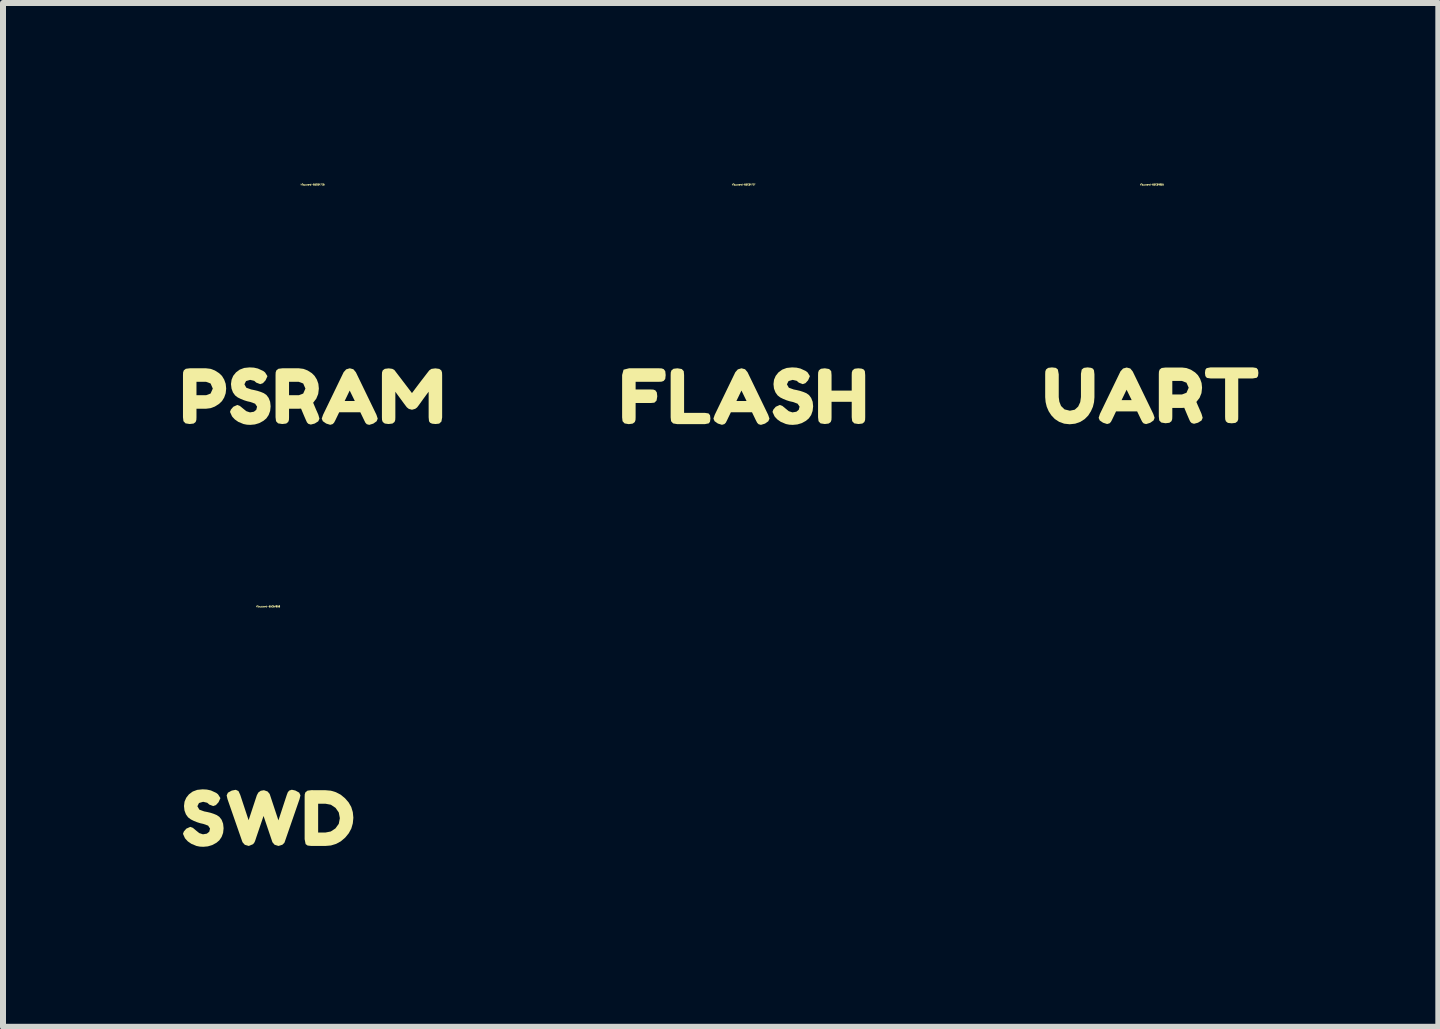
<source format=kicad_pcb>
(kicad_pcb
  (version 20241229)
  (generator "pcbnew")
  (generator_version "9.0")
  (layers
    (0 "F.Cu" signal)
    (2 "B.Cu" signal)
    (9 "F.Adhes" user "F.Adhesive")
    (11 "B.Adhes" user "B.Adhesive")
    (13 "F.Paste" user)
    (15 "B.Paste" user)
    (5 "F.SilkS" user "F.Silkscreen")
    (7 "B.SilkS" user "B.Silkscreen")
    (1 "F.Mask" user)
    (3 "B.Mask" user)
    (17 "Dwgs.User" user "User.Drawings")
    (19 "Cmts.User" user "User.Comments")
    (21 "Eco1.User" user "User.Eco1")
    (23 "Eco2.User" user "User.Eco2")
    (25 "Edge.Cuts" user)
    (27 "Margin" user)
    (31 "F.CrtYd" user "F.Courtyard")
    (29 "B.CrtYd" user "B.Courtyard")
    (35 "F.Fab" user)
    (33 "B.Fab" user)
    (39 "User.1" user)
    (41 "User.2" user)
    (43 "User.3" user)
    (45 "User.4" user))
  (footprint "kibuzzard-65C6A7EF"
    (layer "F.Cu")
    (at 9.346 3.553)
    (property "Reference" "kibuzzard-65C6A7EF" (at 0 -3.527 0) (layer "F.SilkS") (effects (font (size 0.025 0.025) (thickness 0.15))))
    (attr board_only exclude_from_pos_files exclude_from_bom)
    (fp_poly (pts (xy -0.993 0.279) (xy -0.647 0.279) (xy -0.586 0.288) (xy -0.561 0.318) (xy -0.554 0.372) (xy -0.561 0.426) (xy -0.582 0.454) (xy -0.648 0.467) (xy -1.106 0.467) (xy -1.176 0.455) (xy -1.21 0.418) (xy -1.217 0.354) (xy -1.217 -0.352) (xy -1.215 -0.396) (xy -1.203 -0.43) (xy -1.17 -0.456) (xy -1.104 -0.464) (xy -1.033 -0.452) (xy -0.999 -0.417) (xy -0.993 -0.351) (xy -0.993 0.279)) (stroke (width 0) (type solid)) (fill yes) (layer "F.SilkS"))
    (fp_poly (pts (xy 0.065 -0.398) (xy 0.408 0.311) (xy 0.43 0.375) (xy 0.411 0.419) (xy 0.356 0.458) (xy 0.288 0.479) (xy 0.248 0.468) (xy 0.225 0.444) (xy 0.205 0.406) (xy 0.139 0.269) (xy -0.121 0.269) (xy -0.121 0.081) (xy 0.048 0.081) (xy -0.037 -0.093) (xy -0.121 0.081) (xy -0.121 0.269) (xy -0.213 0.269) (xy -0.279 0.406) (xy -0.298 0.443) (xy -0.321 0.466) (xy -0.362 0.478) (xy -0.43 0.457) (xy -0.485 0.418) (xy -0.504 0.375) (xy -0.482 0.311) (xy -0.139 -0.399) (xy -0.097 -0.446) (xy -0.036 -0.464) (xy 0.023 -0.448) (xy 0.065 -0.398)) (stroke (width 0) (type solid)) (fill yes) (layer "F.SilkS"))
    (fp_poly (pts (xy -1.41 -0.464) (xy -1.367 -0.462) (xy -1.333 -0.45) (xy -1.307 -0.416) (xy -1.3 -0.351) (xy -1.307 -0.286) (xy -1.334 -0.253) (xy -1.368 -0.241) (xy -1.413 -0.239) (xy -1.801 -0.239) (xy -1.801 -0.111) (xy -1.551 -0.111) (xy -1.506 -0.109) (xy -1.473 -0.097) (xy -1.448 -0.063) (xy -1.44 0.003) (xy -1.452 0.074) (xy -1.488 0.109) (xy -1.553 0.115) (xy -1.801 0.115) (xy -1.801 0.355) (xy -1.803 0.399) (xy -1.815 0.432) (xy -1.849 0.458) (xy -1.915 0.467) (xy -1.985 0.455) (xy -2.019 0.418) (xy -2.026 0.354) (xy -2.026 -0.352) (xy -2.002 -0.441) (xy -1.911 -0.464) (xy -1.41 -0.464)) (stroke (width 0) (type solid)) (fill yes) (layer "F.SilkS"))
    (fp_poly (pts (xy 2.02 -0.417) (xy 2.026 -0.351) (xy 2.026 0.354) (xy 2.024 0.398) (xy 2.012 0.431) (xy 1.979 0.457) (xy 1.913 0.465) (xy 1.843 0.454) (xy 1.809 0.418) (xy 1.801 0.352) (xy 1.801 0.095) (xy 1.465 0.095) (xy 1.465 0.354) (xy 1.463 0.398) (xy 1.451 0.431) (xy 1.417 0.457) (xy 1.352 0.465) (xy 1.281 0.454) (xy 1.248 0.418) (xy 1.24 0.352) (xy 1.24 -0.352) (xy 1.242 -0.396) (xy 1.254 -0.43) (xy 1.288 -0.456) (xy 1.353 -0.464) (xy 1.424 -0.452) (xy 1.459 -0.417) (xy 1.465 -0.351) (xy 1.465 -0.092) (xy 1.801 -0.092) (xy 1.801 -0.352) (xy 1.803 -0.396) (xy 1.815 -0.43) (xy 1.85 -0.457) (xy 1.911 -0.464) (xy 1.969 -0.458) (xy 2.002 -0.443) (xy 2.02 -0.417)) (stroke (width 0) (type solid)) (fill yes) (layer "F.SilkS"))
    (fp_poly (pts (xy 0.514 0.336) (xy 0.481 0.263) (xy 0.494 0.225) (xy 0.535 0.177) (xy 0.603 0.147) (xy 0.645 0.163) (xy 0.702 0.21) (xy 0.752 0.251) (xy 0.813 0.271) (xy 0.879 0.26) (xy 0.918 0.228) (xy 0.932 0.175) (xy 0.899 0.126) (xy 0.819 0.097) (xy 0.768 0.086) (xy 0.714 0.069) (xy 0.66 0.047) (xy 0.61 0.022) (xy 0.566 -0.012) (xy 0.53 -0.062) (xy 0.505 -0.126) (xy 0.497 -0.201) (xy 0.506 -0.273) (xy 0.534 -0.338) (xy 0.58 -0.396) (xy 0.643 -0.442) (xy 0.718 -0.47) (xy 0.807 -0.479) (xy 0.88 -0.475) (xy 0.946 -0.46) (xy 1.033 -0.42) (xy 1.065 -0.396) (xy 1.104 -0.333) (xy 1.074 -0.264) (xy 1.03 -0.216) (xy 0.985 -0.2) (xy 0.919 -0.225) (xy 0.904 -0.238) (xy 0.885 -0.255) (xy 0.817 -0.271) (xy 0.748 -0.251) (xy 0.721 -0.197) (xy 0.753 -0.14) (xy 0.834 -0.111) (xy 0.884 -0.101) (xy 0.939 -0.088) (xy 0.994 -0.07) (xy 1.045 -0.049) (xy 1.089 -0.018) (xy 1.125 0.03) (xy 1.15 0.094) (xy 1.158 0.17) (xy 1.149 0.247) (xy 1.125 0.315) (xy 1.086 0.371) (xy 1.038 0.412) (xy 0.968 0.45) (xy 0.895 0.472) (xy 0.819 0.479) (xy 0.76 0.476) (xy 0.705 0.465) (xy 0.619 0.429) (xy 0.562 0.389) (xy 0.525 0.35) (xy 0.514 0.336)) (stroke (width 0) (type solid)) (fill yes) (layer "F.SilkS")))
  (footprint "kibuzzard-65C6A858"
    (layer "F.Cu")
    (at 1.42 10.586)
    (property "Reference" "kibuzzard-65C6A858" (at 0 -3.527 180) (layer "F.SilkS") (effects (font (size 0.025 0.025) (thickness 0.15))))
    (attr board_only exclude_from_pos_files exclude_from_bom)
    (fp_poly (pts (xy 0.721 -0.465) (xy 0.956 -0.464) (xy 1.046 -0.456) (xy 1.129 -0.431) (xy 1.208 -0.39) (xy 1.28 -0.331) (xy 1.341 -0.261) (xy 1.385 -0.184) (xy 1.411 -0.098) (xy 1.42 -0.005) (xy 1.411 0.088) (xy 1.386 0.175) (xy 1.343 0.254) (xy 1.283 0.327) (xy 1.211 0.388) (xy 1.132 0.431) (xy 1.046 0.457) (xy 0.953 0.465) (xy 0.833 0.465) (xy 0.833 0.241) (xy 0.956 0.241) (xy 1.043 0.224) (xy 1.121 0.173) (xy 1.177 0.096) (xy 1.195 0.002) (xy 1.177 -0.093) (xy 1.123 -0.17) (xy 1.045 -0.222) (xy 0.955 -0.239) (xy 0.833 -0.239) (xy 0.833 0.241) (xy 0.833 0.465) (xy 0.72 0.465) (xy 0.657 0.458) (xy 0.624 0.434) (xy 0.608 0.352) (xy 0.608 -0.354) (xy 0.61 -0.398) (xy 0.622 -0.431) (xy 0.656 -0.457) (xy 0.721 -0.465)) (stroke (width 0) (type solid)) (fill yes) (layer "F.SilkS"))
    (fp_poly (pts (xy 0.453 -0.459) (xy 0.517 -0.424) (xy 0.538 -0.378) (xy 0.523 -0.316) (xy 0.279 0.389) (xy 0.271 0.411) (xy 0.237 0.445) (xy 0.172 0.465) (xy 0.107 0.445) (xy 0.071 0.403) (xy -0.077 -0.035) (xy -0.128 0.115) (xy -0.168 0.233) (xy -0.197 0.318) (xy -0.214 0.37) (xy -0.221 0.389) (xy -0.232 0.411) (xy -0.253 0.436) (xy -0.323 0.465) (xy -0.389 0.446) (xy -0.424 0.408) (xy -0.433 0.389) (xy -0.678 -0.316) (xy -0.692 -0.378) (xy -0.671 -0.423) (xy -0.607 -0.458) (xy -0.54 -0.471) (xy -0.495 -0.45) (xy -0.466 -0.388) (xy -0.326 0.036) (xy -0.188 -0.382) (xy -0.163 -0.427) (xy -0.123 -0.455) (xy -0.07 -0.464) (xy -0.01 -0.443) (xy 0.025 -0.402) (xy 0.171 0.039) (xy 0.311 -0.388) (xy 0.328 -0.431) (xy 0.351 -0.458) (xy 0.394 -0.472) (xy 0.453 -0.459)) (stroke (width 0) (type solid)) (fill yes) (layer "F.SilkS"))
    (fp_poly (pts (xy -1.387 0.336) (xy -1.42 0.263) (xy -1.406 0.225) (xy -1.365 0.177) (xy -1.298 0.147) (xy -1.255 0.163) (xy -1.199 0.21) (xy -1.148 0.251) (xy -1.087 0.271) (xy -1.022 0.26) (xy -0.982 0.228) (xy -0.969 0.175) (xy -1.001 0.126) (xy -1.082 0.097) (xy -1.132 0.086) (xy -1.186 0.069) (xy -1.24 0.047) (xy -1.29 0.022) (xy -1.335 -0.012) (xy -1.371 -0.062) (xy -1.395 -0.126) (xy -1.403 -0.201) (xy -1.394 -0.273) (xy -1.366 -0.338) (xy -1.32 -0.396) (xy -1.258 -0.442) (xy -1.182 -0.47) (xy -1.093 -0.479) (xy -1.021 -0.475) (xy -0.954 -0.46) (xy -0.867 -0.42) (xy -0.836 -0.396) (xy -0.796 -0.333) (xy -0.827 -0.264) (xy -0.871 -0.216) (xy -0.916 -0.2) (xy -0.982 -0.225) (xy -0.996 -0.238) (xy -1.016 -0.255) (xy -1.084 -0.271) (xy -1.153 -0.251) (xy -1.18 -0.197) (xy -1.147 -0.14) (xy -1.067 -0.111) (xy -1.016 -0.101) (xy -0.961 -0.088) (xy -0.906 -0.07) (xy -0.856 -0.049) (xy -0.812 -0.018) (xy -0.775 0.03) (xy -0.751 0.094) (xy -0.743 0.17) (xy -0.751 0.247) (xy -0.776 0.315) (xy -0.814 0.371) (xy -0.862 0.412) (xy -0.932 0.45) (xy -1.006 0.472) (xy -1.082 0.479) (xy -1.14 0.476) (xy -1.195 0.465) (xy -1.281 0.429) (xy -1.339 0.389) (xy -1.375 0.35) (xy -1.387 0.336)) (stroke (width 0) (type solid)) (fill yes) (layer "F.SilkS")))
  (footprint "kibuzzard-65C6A7E6"
    (layer "F.Cu")
    (at 2.16 3.553)
    (property "Reference" "kibuzzard-65C6A7E6" (at 0 -3.527 0) (layer "F.SilkS") (effects (font (size 0.025 0.025) (thickness 0.15))))
    (attr board_only exclude_from_pos_files exclude_from_bom)
    (fp_poly (pts (xy 0.722 -0.398) (xy 1.065 0.311) (xy 1.086 0.375) (xy 1.068 0.419) (xy 1.013 0.458) (xy 0.945 0.479) (xy 0.904 0.468) (xy 0.881 0.444) (xy 0.862 0.406) (xy 0.796 0.269) (xy 0.535 0.269) (xy 0.535 0.081) (xy 0.704 0.081) (xy 0.619 -0.093) (xy 0.535 0.081) (xy 0.535 0.269) (xy 0.444 0.269) (xy 0.378 0.406) (xy 0.358 0.443) (xy 0.335 0.466) (xy 0.295 0.478) (xy 0.227 0.457) (xy 0.171 0.418) (xy 0.153 0.375) (xy 0.175 0.311) (xy 0.518 -0.399) (xy 0.56 -0.446) (xy 0.62 -0.464) (xy 0.68 -0.448) (xy 0.722 -0.398)) (stroke (width 0) (type solid)) (fill yes) (layer "F.SilkS"))
    (fp_poly (pts (xy -1.558 0.129) (xy -1.629 0.174) (xy -1.702 0.201) (xy -1.776 0.21) (xy -1.935 0.21) (xy -1.935 -0.015) (xy -1.775 -0.015) (xy -1.7 -0.043) (xy -1.663 -0.126) (xy -1.7 -0.211) (xy -1.776 -0.239) (xy -1.935 -0.239) (xy -1.935 -0.015) (xy -1.935 0.21) (xy -1.935 0.354) (xy -1.937 0.398) (xy -1.949 0.431) (xy -1.982 0.457) (xy -2.048 0.465) (xy -2.118 0.454) (xy -2.152 0.418) (xy -2.16 0.352) (xy -2.16 -0.352) (xy -2.158 -0.396) (xy -2.146 -0.43) (xy -2.112 -0.456) (xy -2.047 -0.464) (xy -1.775 -0.464) (xy -1.701 -0.455) (xy -1.629 -0.428) (xy -1.558 -0.383) (xy -1.51 -0.337) (xy -1.473 -0.276) (xy -1.448 -0.205) (xy -1.44 -0.126) (xy -1.448 -0.048) (xy -1.473 0.023) (xy -1.51 0.083) (xy -1.558 0.129)) (stroke (width 0) (type solid)) (fill yes) (layer "F.SilkS"))
    (fp_poly (pts (xy 0.096 0.309) (xy 0.115 0.375) (xy 0.095 0.42) (xy 0.036 0.457) (xy -0.029 0.474) (xy -0.07 0.462) (xy -0.093 0.438) (xy -0.11 0.401) (xy -0.143 0.325) (xy -0.192 0.208) (xy -0.232 0.21) (xy -0.392 0.21) (xy -0.392 -0.015) (xy -0.229 -0.015) (xy -0.156 -0.043) (xy -0.119 -0.126) (xy -0.156 -0.211) (xy -0.232 -0.239) (xy -0.392 -0.239) (xy -0.392 -0.015) (xy -0.392 0.21) (xy -0.392 0.354) (xy -0.394 0.398) (xy -0.406 0.431) (xy -0.439 0.457) (xy -0.505 0.465) (xy -0.575 0.454) (xy -0.609 0.418) (xy -0.617 0.352) (xy -0.617 -0.352) (xy -0.615 -0.396) (xy -0.603 -0.43) (xy -0.569 -0.456) (xy -0.504 -0.464) (xy -0.229 -0.464) (xy -0.155 -0.455) (xy -0.083 -0.428) (xy -0.012 -0.383) (xy 0.034 -0.337) (xy 0.072 -0.276) (xy 0.097 -0.205) (xy 0.105 -0.126) (xy 0.094 -0.036) (xy 0.062 0.042) (xy 0.01 0.11) (xy 0.032 0.162) (xy 0.06 0.228) (xy 0.096 0.309)) (stroke (width 0) (type solid)) (fill yes) (layer "F.SilkS"))
    (fp_poly (pts (xy 2.146 -0.429) (xy 2.158 -0.394) (xy 2.16 -0.35) (xy 2.16 0.355) (xy 2.148 0.424) (xy 2.111 0.458) (xy 2.05 0.465) (xy 1.992 0.459) (xy 1.959 0.444) (xy 1.941 0.418) (xy 1.935 0.352) (xy 1.935 -0.073) (xy 1.896 -0.022) (xy 1.842 0.052) (xy 1.792 0.122) (xy 1.765 0.159) (xy 1.742 0.189) (xy 1.711 0.212) (xy 1.657 0.227) (xy 1.605 0.213) (xy 1.572 0.187) (xy 1.561 0.173) (xy 1.524 0.124) (xy 1.461 0.038) (xy 1.403 -0.041) (xy 1.38 -0.073) (xy 1.38 0.355) (xy 1.378 0.399) (xy 1.366 0.431) (xy 1.332 0.457) (xy 1.267 0.465) (xy 1.204 0.457) (xy 1.17 0.431) (xy 1.158 0.398) (xy 1.156 0.352) (xy 1.156 -0.352) (xy 1.158 -0.396) (xy 1.17 -0.43) (xy 1.205 -0.455) (xy 1.269 -0.463) (xy 1.328 -0.455) (xy 1.361 -0.438) (xy 1.368 -0.43) (xy 1.657 -0.051) (xy 1.737 -0.158) (xy 1.806 -0.249) (xy 1.864 -0.324) (xy 1.91 -0.384) (xy 1.945 -0.429) (xy 1.981 -0.454) (xy 2.047 -0.463) (xy 2.112 -0.454) (xy 2.146 -0.429)) (stroke (width 0) (type solid)) (fill yes) (layer "F.SilkS"))
    (fp_poly (pts (xy -1.343 0.336) (xy -1.376 0.263) (xy -1.362 0.225) (xy -1.321 0.177) (xy -1.254 0.147) (xy -1.212 0.163) (xy -1.155 0.21) (xy -1.104 0.251) (xy -1.043 0.271) (xy -0.978 0.26) (xy -0.938 0.228) (xy -0.925 0.175) (xy -0.958 0.126) (xy -1.038 0.097) (xy -1.088 0.086) (xy -1.142 0.069) (xy -1.196 0.047) (xy -1.247 0.022) (xy -1.291 -0.012) (xy -1.327 -0.062) (xy -1.351 -0.126) (xy -1.36 -0.201) (xy -1.35 -0.273) (xy -1.323 -0.338) (xy -1.276 -0.396) (xy -1.214 -0.442) (xy -1.139 -0.47) (xy -1.05 -0.479) (xy -0.977 -0.475) (xy -0.911 -0.46) (xy -0.824 -0.42) (xy -0.792 -0.396) (xy -0.752 -0.333) (xy -0.783 -0.264) (xy -0.827 -0.216) (xy -0.872 -0.2) (xy -0.938 -0.225) (xy -0.953 -0.238) (xy -0.972 -0.255) (xy -1.04 -0.271) (xy -1.109 -0.251) (xy -1.136 -0.197) (xy -1.104 -0.14) (xy -1.023 -0.111) (xy -0.973 -0.101) (xy -0.918 -0.088) (xy -0.863 -0.07) (xy -0.812 -0.049) (xy -0.768 -0.018) (xy -0.732 0.03) (xy -0.707 0.094) (xy -0.699 0.17) (xy -0.707 0.247) (xy -0.732 0.315) (xy -0.77 0.371) (xy -0.819 0.412) (xy -0.889 0.45) (xy -0.962 0.472) (xy -1.038 0.479) (xy -1.096 0.476) (xy -1.151 0.465) (xy -1.238 0.429) (xy -1.295 0.389) (xy -1.332 0.35) (xy -1.343 0.336)) (stroke (width 0) (type solid)) (fill yes) (layer "F.SilkS")))
  (footprint "kibuzzard-65C6A855"
    (layer "F.Cu")
    (at 16.149 3.548)
    (property "Reference" "kibuzzard-65C6A855" (at 0 -3.522 180) (layer "F.SilkS") (effects (font (size 0.025 0.025) (thickness 0.15))))
    (attr board_only exclude_from_pos_files exclude_from_bom)
    (fp_poly (pts (xy 0.979 -0.474) (xy 1.685 -0.474) (xy 1.745 -0.464) (xy 1.77 -0.434) (xy 1.777 -0.381) (xy 1.77 -0.328) (xy 1.749 -0.301) (xy 1.684 -0.29) (xy 1.441 -0.29) (xy 1.441 0.349) (xy 1.44 0.392) (xy 1.428 0.425) (xy 1.394 0.451) (xy 1.331 0.458) (xy 1.268 0.451) (xy 1.235 0.425) (xy 1.224 0.392) (xy 1.222 0.348) (xy 1.222 -0.29) (xy 0.978 -0.29) (xy 0.918 -0.299) (xy 0.893 -0.329) (xy 0.886 -0.382) (xy 0.893 -0.435) (xy 0.914 -0.462) (xy 0.979 -0.474)) (stroke (width 0) (type solid)) (fill yes) (layer "F.SilkS"))
    (fp_poly (pts (xy -0.318 -0.406) (xy 0.025 0.302) (xy 0.047 0.367) (xy 0.029 0.411) (xy -0.027 0.45) (xy -0.095 0.471) (xy -0.135 0.46) (xy -0.158 0.436) (xy -0.178 0.398) (xy -0.244 0.26) (xy -0.504 0.26) (xy -0.504 0.072) (xy -0.335 0.072) (xy -0.42 -0.102) (xy -0.504 0.072) (xy -0.504 0.26) (xy -0.596 0.26) (xy -0.662 0.398) (xy -0.681 0.434) (xy -0.704 0.458) (xy -0.745 0.47) (xy -0.813 0.448) (xy -0.868 0.41) (xy -0.886 0.367) (xy -0.865 0.302) (xy -0.522 -0.408) (xy -0.479 -0.455) (xy -0.419 -0.472) (xy -0.359 -0.456) (xy -0.318 -0.406)) (stroke (width 0) (type solid)) (fill yes) (layer "F.SilkS"))
    (fp_poly (pts (xy -0.964 -0.425) (xy -0.956 -0.359) (xy -0.956 0.024) (xy -0.963 0.106) (xy -0.982 0.184) (xy -1.015 0.258) (xy -1.06 0.329) (xy -1.119 0.388) (xy -1.191 0.434) (xy -1.276 0.464) (xy -1.368 0.474) (xy -1.461 0.464) (xy -1.545 0.433) (xy -1.617 0.386) (xy -1.674 0.326) (xy -1.719 0.257) (xy -1.751 0.183) (xy -1.77 0.104) (xy -1.777 0.022) (xy -1.777 -0.361) (xy -1.775 -0.406) (xy -1.763 -0.439) (xy -1.728 -0.466) (xy -1.664 -0.474) (xy -1.599 -0.466) (xy -1.566 -0.439) (xy -1.551 -0.359) (xy -1.551 0.022) (xy -1.541 0.097) (xy -1.513 0.169) (xy -1.455 0.226) (xy -1.365 0.248) (xy -1.284 0.231) (xy -1.227 0.179) (xy -1.193 0.105) (xy -1.181 0.02) (xy -1.181 -0.368) (xy -1.168 -0.438) (xy -1.132 -0.466) (xy -1.071 -0.474) (xy -1.013 -0.467) (xy -0.98 -0.452) (xy -0.964 -0.425)) (stroke (width 0) (type solid)) (fill yes) (layer "F.SilkS"))
    (fp_poly (pts (xy 0.829 0.301) (xy 0.848 0.367) (xy 0.829 0.411) (xy 0.77 0.448) (xy 0.704 0.466) (xy 0.664 0.454) (xy 0.64 0.429) (xy 0.623 0.393) (xy 0.59 0.316) (xy 0.541 0.199) (xy 0.502 0.202) (xy 0.342 0.202) (xy 0.342 -0.023) (xy 0.504 -0.023) (xy 0.578 -0.051) (xy 0.615 -0.135) (xy 0.578 -0.219) (xy 0.502 -0.248) (xy 0.342 -0.248) (xy 0.342 -0.023) (xy 0.342 0.202) (xy 0.342 0.345) (xy 0.34 0.389) (xy 0.328 0.423) (xy 0.294 0.449) (xy 0.229 0.457) (xy 0.158 0.445) (xy 0.124 0.41) (xy 0.117 0.344) (xy 0.117 -0.361) (xy 0.119 -0.404) (xy 0.131 -0.438) (xy 0.164 -0.464) (xy 0.23 -0.472) (xy 0.504 -0.472) (xy 0.578 -0.463) (xy 0.65 -0.436) (xy 0.721 -0.391) (xy 0.768 -0.345) (xy 0.805 -0.284) (xy 0.83 -0.213) (xy 0.838 -0.135) (xy 0.828 -0.045) (xy 0.796 0.034) (xy 0.743 0.102) (xy 0.765 0.154) (xy 0.794 0.22) (xy 0.829 0.301)) (stroke (width 0) (type solid)) (fill yes) (layer "F.SilkS")))
  (gr_rect
    (start -3 -3)
    (end 20.925 14.066)
    (stroke (width 0.1) (type default))
    (fill no)
    (layer "Edge.Cuts")))
</source>
